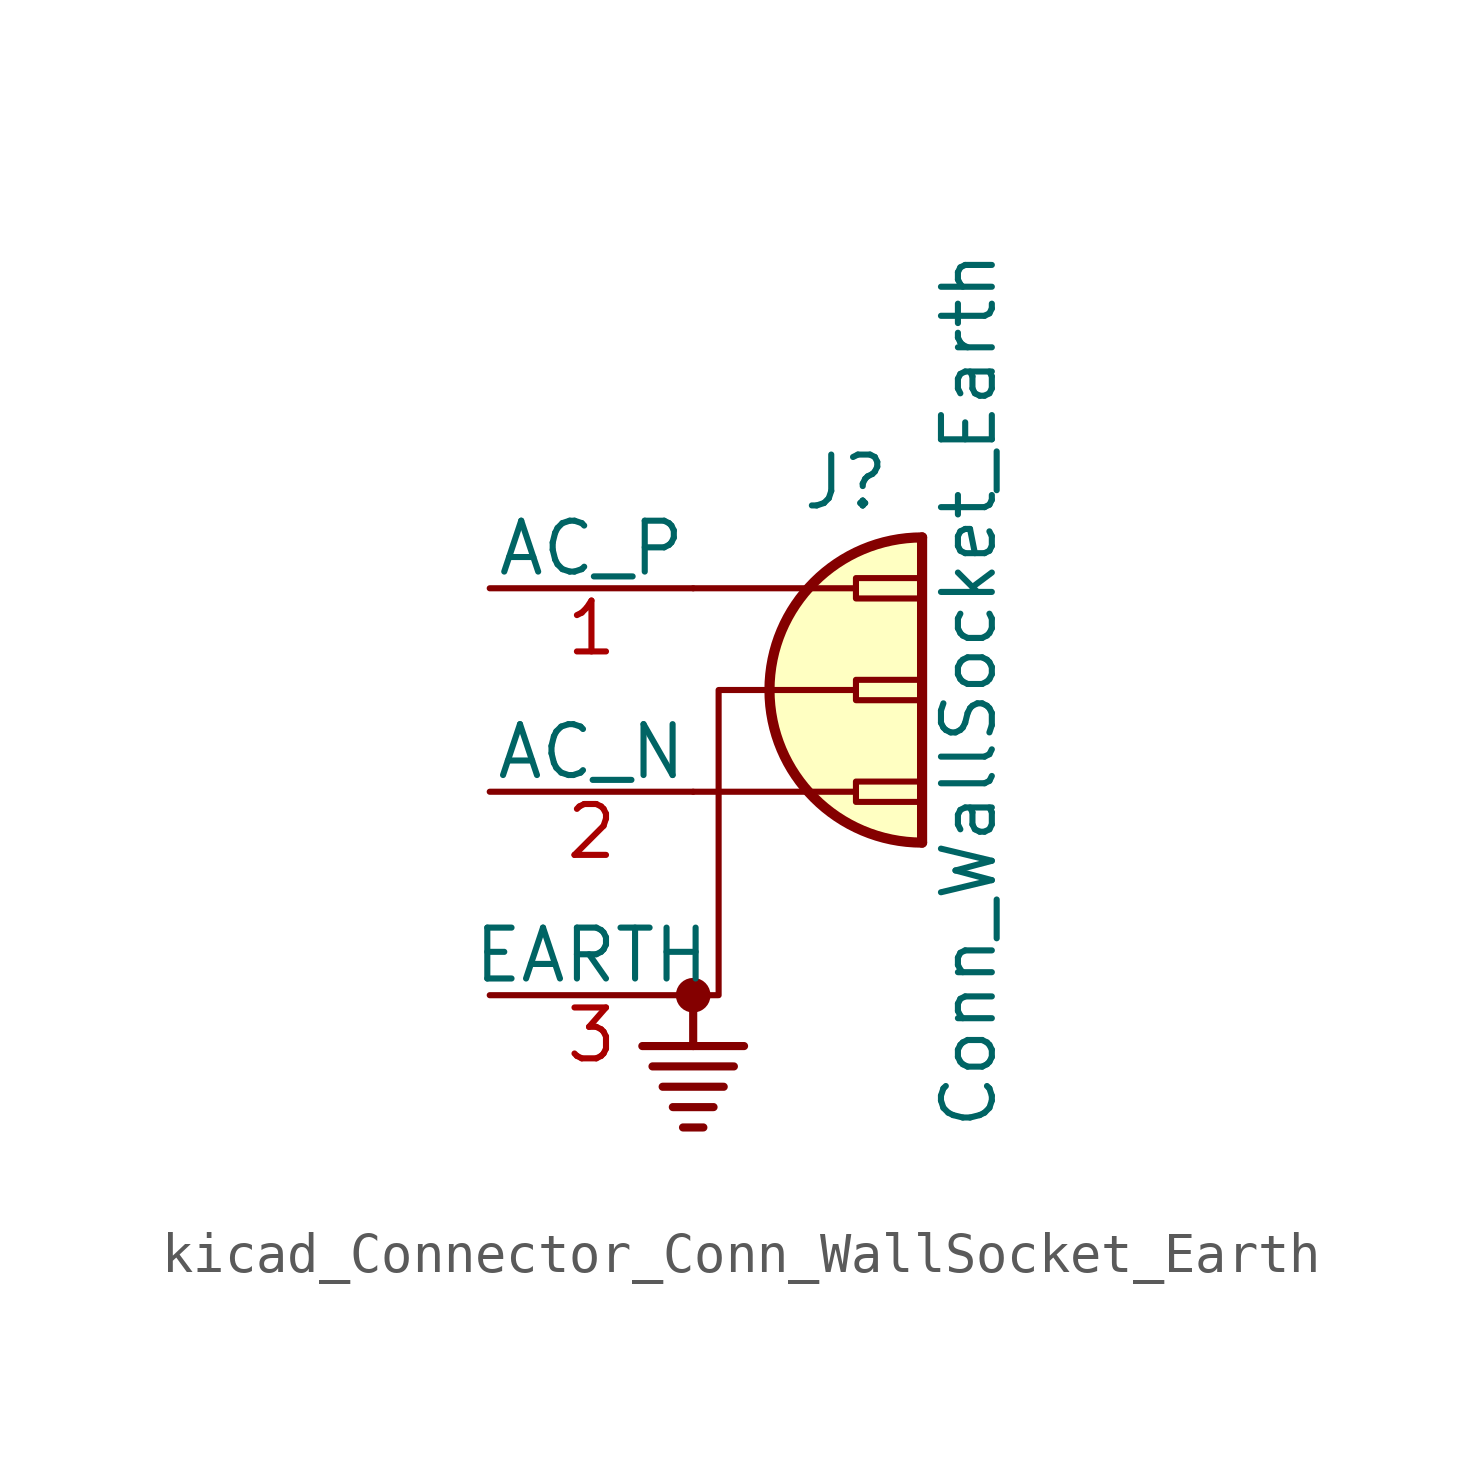
<source format=kicad_sym>
(kicad_symbol_lib
  (version 20220914)
  (generator kicad_symbol_editor)
  (symbol "kicad_Connector_Conn_WallSocket_Earth"
    (pin_names
      (offset 0))
    (property "Reference" "J"
      (at 3.81 6.985 0)
      (effects (font (size 1.27 1.27)) (justify bottom)))
    (property "Value" "Conn_WallSocket_Earth"
      (at 7.62 2.54 90)
      (effects (font (size 1.27 1.27)) (justify bottom)))
    (symbol "kicad_Connector_Conn_WallSocket_Earth_0_1"
      (circle (center 0 -5.08) (radius 0.356) (stroke (width 0) (type default)) (fill (type outline)))
      (polyline (pts (xy -1.27 -6.35) (xy 1.27 -6.35)) (stroke (width 0.203) (type default)) (fill (type none)))
      (polyline (pts (xy 0 -5.08) (xy 0 -6.35)) (stroke (width 0.203) (type default)) (fill (type none)))
      (polyline (pts (xy 0.254 -8.382) (xy -0.254 -8.382)) (stroke (width 0.203) (type default)) (fill (type none)))
      (polyline (pts (xy 0.508 -7.874) (xy -0.508 -7.874)) (stroke (width 0.203) (type default)) (fill (type none)))
      (polyline (pts (xy 0.762 -7.366) (xy -0.762 -7.366)) (stroke (width 0.203) (type default)) (fill (type none)))
      (polyline (pts (xy 1.016 -6.858) (xy -1.016 -6.858)) (stroke (width 0.203) (type default)) (fill (type none)))
      (polyline (pts (xy 4.064 0) (xy 0 0)) (stroke (width 0) (type default)) (fill (type none)))
      (polyline (pts (xy 4.064 5.08) (xy 0 5.08)) (stroke (width 0) (type default)) (fill (type none)))
      (polyline (pts (xy 5.715 -1.27) (xy 5.715 6.35)) (stroke (width 0.254) (type default)) (fill (type none)))
      (polyline (pts (xy 0 -5.08) (xy 0.635 -5.08) (xy 0.635 2.54) (xy 4.064 2.54)) (stroke (width 0) (type default)) (fill (type none)))
      (rectangle (start 5.715 -0.254) (end 4.064 0.254) (stroke (width 0) (type default)) (fill (type none)))
      (rectangle (start 5.715 2.286) (end 4.064 2.794) (stroke (width 0) (type default)) (fill (type none)))
      (rectangle (start 5.715 4.826) (end 4.064 5.334) (stroke (width 0) (type default)) (fill (type none)))
      (arc (start 5.715 6.35) (mid 1.9216 2.54) (end 5.715 -1.27) (stroke (width 0.254) (type default)) (fill (type background))))
    (symbol "kicad_Connector_Conn_WallSocket_Earth_1_1"
      (pin power_in line (at -5.08 5.08 0) (length 5.08) (name "AC_P" (effects (font (size 1.27 1.27)))) (number "1" (effects (font (size 1.27 1.27)))))
      (pin power_in line (at -5.08 0 0) (length 5.08) (name "AC_N" (effects (font (size 1.27 1.27)))) (number "2" (effects (font (size 1.27 1.27)))))
      (pin passive line (at -5.08 -5.08 0) (length 5.08) (name "EARTH" (effects (font (size 1.27 1.27)))) (number "3" (effects (font (size 1.27 1.27))))))))
</source>
